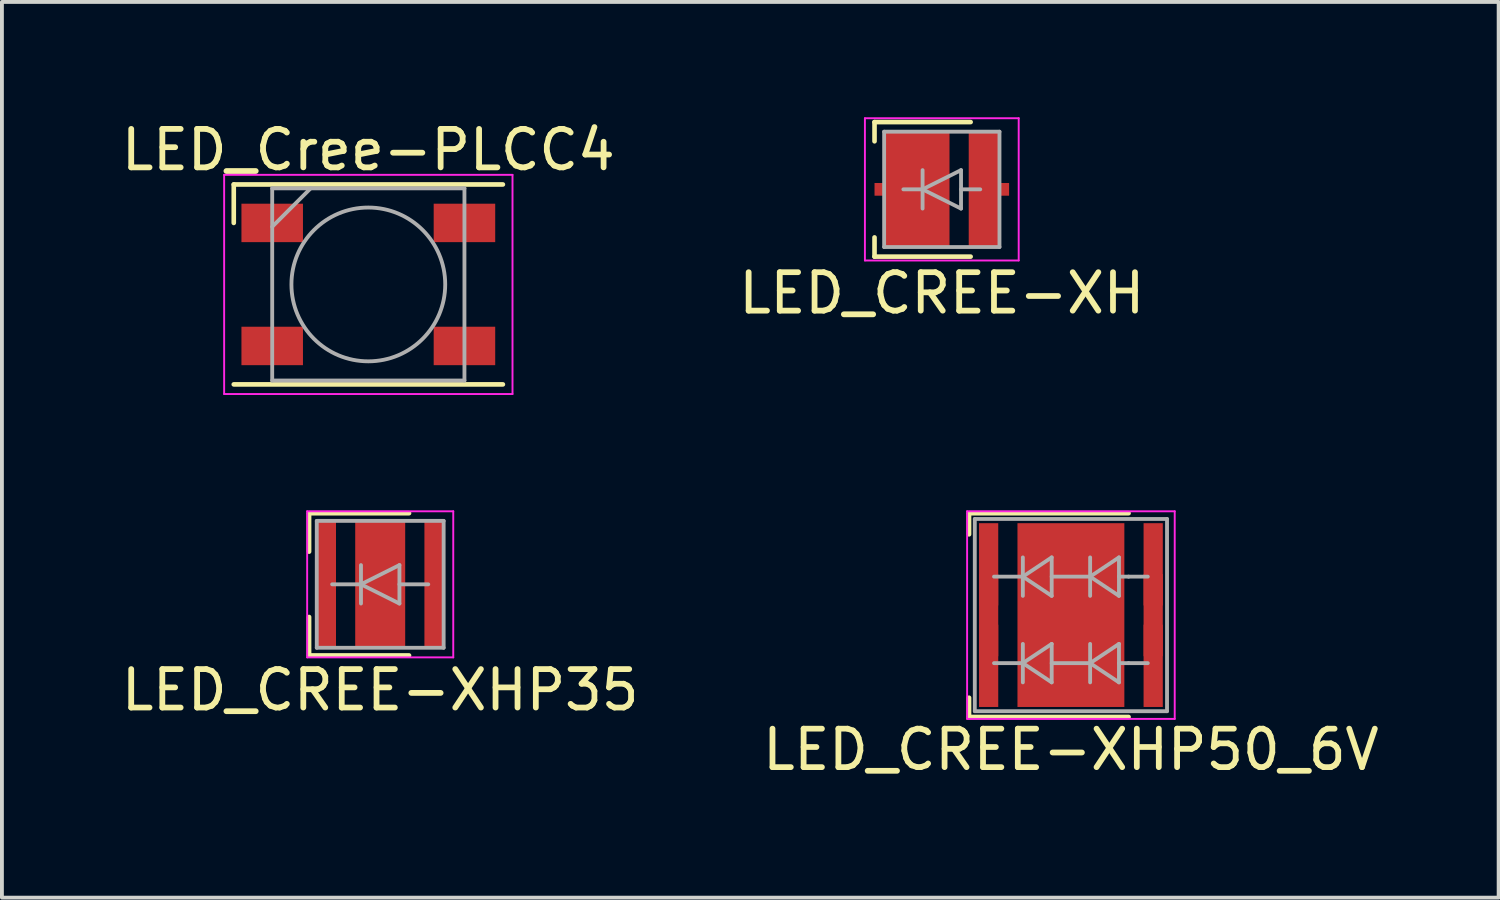
<source format=kicad_pcb>
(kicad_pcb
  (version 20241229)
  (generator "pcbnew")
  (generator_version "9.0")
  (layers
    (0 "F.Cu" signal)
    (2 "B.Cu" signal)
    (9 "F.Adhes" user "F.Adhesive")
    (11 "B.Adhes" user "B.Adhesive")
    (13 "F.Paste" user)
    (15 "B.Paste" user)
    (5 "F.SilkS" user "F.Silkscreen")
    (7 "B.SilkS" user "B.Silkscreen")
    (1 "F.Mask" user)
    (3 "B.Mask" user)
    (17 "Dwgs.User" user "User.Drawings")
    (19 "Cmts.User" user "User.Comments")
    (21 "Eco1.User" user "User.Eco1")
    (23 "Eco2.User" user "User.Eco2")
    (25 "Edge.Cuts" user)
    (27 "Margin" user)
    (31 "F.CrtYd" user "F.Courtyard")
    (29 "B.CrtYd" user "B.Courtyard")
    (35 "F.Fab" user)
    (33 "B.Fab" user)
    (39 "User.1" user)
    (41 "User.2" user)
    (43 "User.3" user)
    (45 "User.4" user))
  (footprint "LED_CREE-XHP35"
    (layer "F.Cu")
    (at 6.839 12.148)
    (property "Reference" "LED_CREE-XHP35" (at 0 2.75 0) (layer "F.SilkS") (effects (font (size 1 1) (thickness 0.15))))
    (attr smd)
    (fp_line (start -1.85 -1.85) (end -1.85 -0.85) (stroke (width 0.12) (type solid)) (layer "F.SilkS"))
    (fp_line (start -1.85 1.85) (end -1.85 0.85) (stroke (width 0.12) (type solid)) (layer "F.SilkS"))
    (fp_line (start 0.75 -1.85) (end -1.85 -1.85) (stroke (width 0.12) (type solid)) (layer "F.SilkS"))
    (fp_line (start 0.75 1.85) (end -1.85 1.85) (stroke (width 0.12) (type solid)) (layer "F.SilkS"))
    (fp_line (start -1.9 -1.9) (end -1.9 1.9) (stroke (width 0.05) (type solid)) (layer "F.CrtYd"))
    (fp_line (start -1.9 1.9) (end 1.9 1.9) (stroke (width 0.05) (type solid)) (layer "F.CrtYd"))
    (fp_line (start 1.9 -1.9) (end -1.9 -1.9) (stroke (width 0.05) (type solid)) (layer "F.CrtYd"))
    (fp_line (start 1.9 1.9) (end 1.9 -1.9) (stroke (width 0.05) (type solid)) (layer "F.CrtYd"))
    (fp_line (start -1.65 -1.65) (end 1.65 -1.65) (stroke (width 0.1) (type solid)) (layer "F.Fab"))
    (fp_line (start -1.65 1.65) (end -1.65 -1.65) (stroke (width 0.1) (type solid)) (layer "F.Fab"))
    (fp_line (start -1.25 0) (end -0.5 0) (stroke (width 0.1) (type solid)) (layer "F.Fab"))
    (fp_line (start -0.5 -0.5) (end -0.5 0.5) (stroke (width 0.1) (type solid)) (layer "F.Fab"))
    (fp_line (start -0.5 0) (end 0.5 -0.5) (stroke (width 0.1) (type solid)) (layer "F.Fab"))
    (fp_line (start 0.5 -0.5) (end 0.5 0.5) (stroke (width 0.1) (type solid)) (layer "F.Fab"))
    (fp_line (start 0.5 0.5) (end -0.5 0) (stroke (width 0.1) (type solid)) (layer "F.Fab"))
    (fp_line (start 1.25 0) (end 0.5 0) (stroke (width 0.1) (type solid)) (layer "F.Fab"))
    (fp_line (start 1.65 -1.65) (end 1.65 1.65) (stroke (width 0.1) (type solid)) (layer "F.Fab"))
    (fp_line (start 1.65 1.65) (end -1.65 1.65) (stroke (width 0.1) (type solid)) (layer "F.Fab"))
    (pad "1" smd rect (at -1.4 0) (size 0.5 3.3) (layers "F.Cu" "F.Mask" "F.Paste"))
    (pad "2" smd rect (at 1.4 0) (size 0.5 3.3) (layers "F.Cu" "F.Mask" "F.Paste"))
    (pad "3" smd rect (at 0 -1) (size 1 0.75) (layers "F.Cu" "F.Mask" "F.Paste"))
    (pad "3" smd rect (at 0 0) (size 1 0.75) (layers "F.Cu" "F.Mask" "F.Paste"))
    (pad "3" smd rect (at 0 0) (size 1.3 3.3) (layers "F.Cu" "F.Mask"))
    (pad "3" smd rect (at 0 1) (size 1 0.75) (layers "F.Cu" "F.Mask" "F.Paste")))
  (footprint "LED_CREE-XHP50_6V"
    (layer "F.Cu")
    (at 24.804 12.948)
    (property "Reference" "LED_CREE-XHP50_6V" (at 0 3.5 0) (layer "F.SilkS") (effects (font (size 1 1) (thickness 0.15))))
    (attr smd)
    (fp_line (start -2.65 -2.65) (end -2.65 -2.1) (stroke (width 0.12) (type solid)) (layer "F.SilkS"))
    (fp_line (start -2.65 2.65) (end -2.65 2.15) (stroke (width 0.12) (type solid)) (layer "F.SilkS"))
    (fp_line (start 1.5 -2.65) (end -2.65 -2.65) (stroke (width 0.12) (type solid)) (layer "F.SilkS"))
    (fp_line (start 1.5 2.65) (end -2.65 2.65) (stroke (width 0.12) (type solid)) (layer "F.SilkS"))
    (fp_line (start -2.7 -2.7) (end -2.7 2.7) (stroke (width 0.05) (type solid)) (layer "F.CrtYd"))
    (fp_line (start -2.7 2.7) (end 2.7 2.7) (stroke (width 0.05) (type solid)) (layer "F.CrtYd"))
    (fp_line (start 2.7 -2.7) (end -2.7 -2.7) (stroke (width 0.05) (type solid)) (layer "F.CrtYd"))
    (fp_line (start 2.7 2.7) (end 2.7 -2.7) (stroke (width 0.05) (type solid)) (layer "F.CrtYd"))
    (fp_line (start -2.5 -2.5) (end 2.5 -2.5) (stroke (width 0.1) (type solid)) (layer "F.Fab"))
    (fp_line (start -2.5 2.5) (end -2.5 -2.5) (stroke (width 0.1) (type solid)) (layer "F.Fab"))
    (fp_line (start -2 -1) (end -1.25 -1) (stroke (width 0.1) (type solid)) (layer "F.Fab"))
    (fp_line (start -2 1.25) (end -1.25 1.25) (stroke (width 0.1) (type solid)) (layer "F.Fab"))
    (fp_line (start -1.25 -1) (end -1.25 -1.5) (stroke (width 0.1) (type solid)) (layer "F.Fab"))
    (fp_line (start -1.25 -1) (end -1.25 -0.5) (stroke (width 0.1) (type solid)) (layer "F.Fab"))
    (fp_line (start -1.25 -1) (end -0.5 -1.5) (stroke (width 0.1) (type solid)) (layer "F.Fab"))
    (fp_line (start -1.25 1.25) (end -1.25 0.75) (stroke (width 0.1) (type solid)) (layer "F.Fab"))
    (fp_line (start -1.25 1.25) (end -1.25 1.75) (stroke (width 0.1) (type solid)) (layer "F.Fab"))
    (fp_line (start -1.25 1.25) (end -0.5 0.75) (stroke (width 0.1) (type solid)) (layer "F.Fab"))
    (fp_line (start -0.5 -1.5) (end -0.5 -0.5) (stroke (width 0.1) (type solid)) (layer "F.Fab"))
    (fp_line (start -0.5 -0.5) (end -1.25 -1) (stroke (width 0.1) (type solid)) (layer "F.Fab"))
    (fp_line (start -0.5 0.75) (end -0.5 1.75) (stroke (width 0.1) (type solid)) (layer "F.Fab"))
    (fp_line (start -0.5 1.75) (end -1.25 1.25) (stroke (width 0.1) (type solid)) (layer "F.Fab"))
    (fp_line (start 0.5 -1.5) (end 0.5 -0.5) (stroke (width 0.1) (type solid)) (layer "F.Fab"))
    (fp_line (start 0.5 -1) (end -0.5 -1) (stroke (width 0.1) (type solid)) (layer "F.Fab"))
    (fp_line (start 0.5 -1) (end 1.25 -0.5) (stroke (width 0.1) (type solid)) (layer "F.Fab"))
    (fp_line (start 0.5 0.75) (end 0.5 1.75) (stroke (width 0.1) (type solid)) (layer "F.Fab"))
    (fp_line (start 0.5 1.25) (end -0.5 1.25) (stroke (width 0.1) (type solid)) (layer "F.Fab"))
    (fp_line (start 0.5 1.25) (end 1.25 1.75) (stroke (width 0.1) (type solid)) (layer "F.Fab"))
    (fp_line (start 1.25 -1.5) (end 0.5 -1) (stroke (width 0.1) (type solid)) (layer "F.Fab"))
    (fp_line (start 1.25 -1) (end 1.25 -1.5) (stroke (width 0.1) (type solid)) (layer "F.Fab"))
    (fp_line (start 1.25 -0.5) (end 1.25 -1) (stroke (width 0.1) (type solid)) (layer "F.Fab"))
    (fp_line (start 1.25 0.75) (end 0.5 1.25) (stroke (width 0.1) (type solid)) (layer "F.Fab"))
    (fp_line (start 1.25 1.25) (end 1.25 0.75) (stroke (width 0.1) (type solid)) (layer "F.Fab"))
    (fp_line (start 1.25 1.75) (end 1.25 1.25) (stroke (width 0.1) (type solid)) (layer "F.Fab"))
    (fp_line (start 1.5 -1) (end 1.25 -1) (stroke (width 0.1) (type solid)) (layer "F.Fab"))
    (fp_line (start 1.5 -1) (end 2 -1) (stroke (width 0.1) (type solid)) (layer "F.Fab"))
    (fp_line (start 1.5 1.25) (end 1.25 1.25) (stroke (width 0.1) (type solid)) (layer "F.Fab"))
    (fp_line (start 1.5 1.25) (end 2 1.25) (stroke (width 0.1) (type solid)) (layer "F.Fab"))
    (fp_line (start 2.5 -2.5) (end 2.5 2.5) (stroke (width 0.1) (type solid)) (layer "F.Fab"))
    (fp_line (start 2.5 2.5) (end -2.5 2.5) (stroke (width 0.1) (type solid)) (layer "F.Fab"))
    (pad "1" smd rect (at -2.14 -1.32) (size 0.5 2.14) (layers "F.Cu" "F.Mask" "F.Paste"))
    (pad "1" smd rect (at -2.14 0) (size 0.5 2.14) (layers "F.Cu" "F.Mask"))
    (pad "1" smd rect (at -2.14 1.32) (size 0.5 2.14) (layers "F.Cu" "F.Mask" "F.Paste"))
    (pad "2" smd rect (at 2.14 -1.32) (size 0.5 2.14) (layers "F.Cu" "F.Mask" "F.Paste"))
    (pad "2" smd rect (at 2.14 0) (size 0.5 2.14) (layers "F.Cu" "F.Mask"))
    (pad "2" smd rect (at 2.14 1.32) (size 0.5 2.14) (layers "F.Cu" "F.Mask" "F.Paste"))
    (pad "3" smd rect (at -0.61 -1.57) (size 0.97 0.8) (layers "F.Cu" "F.Mask" "F.Paste"))
    (pad "3" smd rect (at -0.61 -0.53) (size 0.97 0.8) (layers "F.Cu" "F.Mask" "F.Paste"))
    (pad "3" smd rect (at -0.61 0.53) (size 0.97 0.8) (layers "F.Cu" "F.Mask" "F.Paste"))
    (pad "3" smd rect (at -0.61 1.57) (size 0.97 0.8) (layers "F.Cu" "F.Mask" "F.Paste"))
    (pad "3" smd rect (at 0 0) (size 2.78 4.78) (layers "F.Cu" "F.Mask"))
    (pad "3" smd rect (at 0.61 -1.57) (size 0.97 0.8) (layers "F.Cu" "F.Mask" "F.Paste"))
    (pad "3" smd rect (at 0.61 -0.53) (size 0.97 0.8) (layers "F.Cu" "F.Mask" "F.Paste"))
    (pad "3" smd rect (at 0.61 0.53) (size 0.97 0.8) (layers "F.Cu" "F.Mask" "F.Paste"))
    (pad "3" smd rect (at 0.61 1.57) (size 0.97 0.8) (layers "F.Cu" "F.Mask" "F.Paste")))
  (footprint "LED_Cree-PLCC4"
    (layer "F.Cu")
    (at 6.53 4.348)
    (property "Reference" "LED_Cree-PLCC4" (at 0 -3.5 0) (layer "F.SilkS") (effects (font (size 1 1) (thickness 0.15))))
    (attr smd)
    (fp_line (start -3.5 -2.6) (end 3.5 -2.6) (stroke (width 0.12) (type solid)) (layer "F.SilkS"))
    (fp_line (start -3.5 -1.6) (end -3.5 -2.6) (stroke (width 0.12) (type solid)) (layer "F.SilkS"))
    (fp_line (start -3.5 2.6) (end 3.5 2.6) (stroke (width 0.12) (type solid)) (layer "F.SilkS"))
    (fp_line (start -3.75 -2.85) (end -3.75 2.85) (stroke (width 0.05) (type solid)) (layer "F.CrtYd"))
    (fp_line (start -3.75 2.85) (end 3.75 2.85) (stroke (width 0.05) (type solid)) (layer "F.CrtYd"))
    (fp_line (start 3.75 -2.85) (end -3.75 -2.85) (stroke (width 0.05) (type solid)) (layer "F.CrtYd"))
    (fp_line (start 3.75 2.85) (end 3.75 -2.85) (stroke (width 0.05) (type solid)) (layer "F.CrtYd"))
    (fp_line (start -2.5 -2.5) (end -2.5 2.5) (stroke (width 0.1) (type solid)) (layer "F.Fab"))
    (fp_line (start -2.5 2.5) (end 2.5 2.5) (stroke (width 0.1) (type solid)) (layer "F.Fab"))
    (fp_line (start -1.5 -2.5) (end -2.5 -1.5) (stroke (width 0.1) (type solid)) (layer "F.Fab"))
    (fp_line (start 2.5 -2.5) (end -2.5 -2.5) (stroke (width 0.1) (type solid)) (layer "F.Fab"))
    (fp_line (start 2.5 2.5) (end 2.5 -2.5) (stroke (width 0.1) (type solid)) (layer "F.Fab"))
    (fp_circle (center 0 0) (end 0 -2) (stroke (width 0.1) (type solid)) (fill no) (layer "F.Fab"))
    (pad "1" smd rect (at -2.5 -1.6) (size 1.6 1) (layers "F.Cu" "F.Mask" "F.Paste"))
    (pad "2" smd rect (at 2.5 -1.6) (size 1.6 1) (layers "F.Cu" "F.Mask" "F.Paste"))
    (pad "3" smd rect (at 2.5 1.6) (size 1.6 1) (layers "F.Cu" "F.Mask" "F.Paste"))
    (pad "4" smd rect (at -2.5 1.6) (size 1.6 1) (layers "F.Cu" "F.Mask" "F.Paste")))
  (footprint "LED_CREE-XH"
    (layer "F.Cu")
    (at 21.446 1.875)
    (property "Reference" "LED_CREE-XH" (at 0 2.7 0) (layer "F.SilkS") (effects (font (size 1 1) (thickness 0.15))))
    (attr smd)
    (fp_line (start -1.75 -1.75) (end -1.75 -1.25) (stroke (width 0.12) (type solid)) (layer "F.SilkS"))
    (fp_line (start -1.75 1.25) (end -1.75 1.75) (stroke (width 0.12) (type solid)) (layer "F.SilkS"))
    (fp_line (start -1.75 1.75) (end 0.75 1.75) (stroke (width 0.12) (type solid)) (layer "F.SilkS"))
    (fp_line (start 0.75 -1.75) (end -1.75 -1.75) (stroke (width 0.12) (type solid)) (layer "F.SilkS"))
    (fp_line (start -2 -1.85) (end -2 1.85) (stroke (width 0.05) (type solid)) (layer "F.CrtYd"))
    (fp_line (start -2 1.85) (end 2 1.85) (stroke (width 0.05) (type solid)) (layer "F.CrtYd"))
    (fp_line (start 2 -1.85) (end -2 -1.85) (stroke (width 0.05) (type solid)) (layer "F.CrtYd"))
    (fp_line (start 2 1.85) (end 2 -1.85) (stroke (width 0.05) (type solid)) (layer "F.CrtYd"))
    (fp_line (start -1.5 -1.5) (end 1.5 -1.5) (stroke (width 0.1) (type solid)) (layer "F.Fab"))
    (fp_line (start -1.5 1.5) (end -1.5 -1.5) (stroke (width 0.1) (type solid)) (layer "F.Fab"))
    (fp_line (start -1 0) (end -0.5 0) (stroke (width 0.1) (type solid)) (layer "F.Fab"))
    (fp_line (start -0.5 -0.5) (end -0.5 0.5) (stroke (width 0.1) (type solid)) (layer "F.Fab"))
    (fp_line (start -0.5 0) (end 0.5 -0.5) (stroke (width 0.1) (type solid)) (layer "F.Fab"))
    (fp_line (start 0.5 -0.5) (end 0.5 0.5) (stroke (width 0.1) (type solid)) (layer "F.Fab"))
    (fp_line (start 0.5 0.5) (end -0.5 0) (stroke (width 0.1) (type solid)) (layer "F.Fab"))
    (fp_line (start 1 0) (end 0.5 0) (stroke (width 0.1) (type solid)) (layer "F.Fab"))
    (fp_line (start 1.5 -1.5) (end 1.5 1.5) (stroke (width 0.1) (type solid)) (layer "F.Fab"))
    (fp_line (start 1.5 1.5) (end -1.5 1.5) (stroke (width 0.1) (type solid)) (layer "F.Fab"))
    (pad "1" smd rect (at -1.5 0) (size 0.5 0.33) (layers "F.Cu" "F.Mask"))
    (pad "1" smd rect (at -0.65 -0.75) (size 1.35 1.2) (layers "F.Cu" "F.Mask" "F.Paste"))
    (pad "1" smd rect (at -0.65 0) (size 1.7 3) (layers "F.Cu" "F.Mask"))
    (pad "1" smd rect (at -0.65 0.75) (size 1.35 1.2) (layers "F.Cu" "F.Mask" "F.Paste"))
    (pad "2" smd rect (at 1.1 -0.75) (size 0.7 1.2) (layers "F.Cu" "F.Mask" "F.Paste"))
    (pad "2" smd rect (at 1.1 0) (size 0.8 3) (layers "F.Cu" "F.Mask"))
    (pad "2" smd rect (at 1.1 0.75) (size 0.7 1.2) (layers "F.Cu" "F.Mask" "F.Paste"))
    (pad "2" smd rect (at 1.5 0) (size 0.5 0.33) (layers "F.Cu" "F.Mask")))
  (gr_rect
    (start -3 -3)
    (end 35.929 20.297)
    (stroke (width 0.1) (type default))
    (fill no)
    (layer "Edge.Cuts")))
</source>
